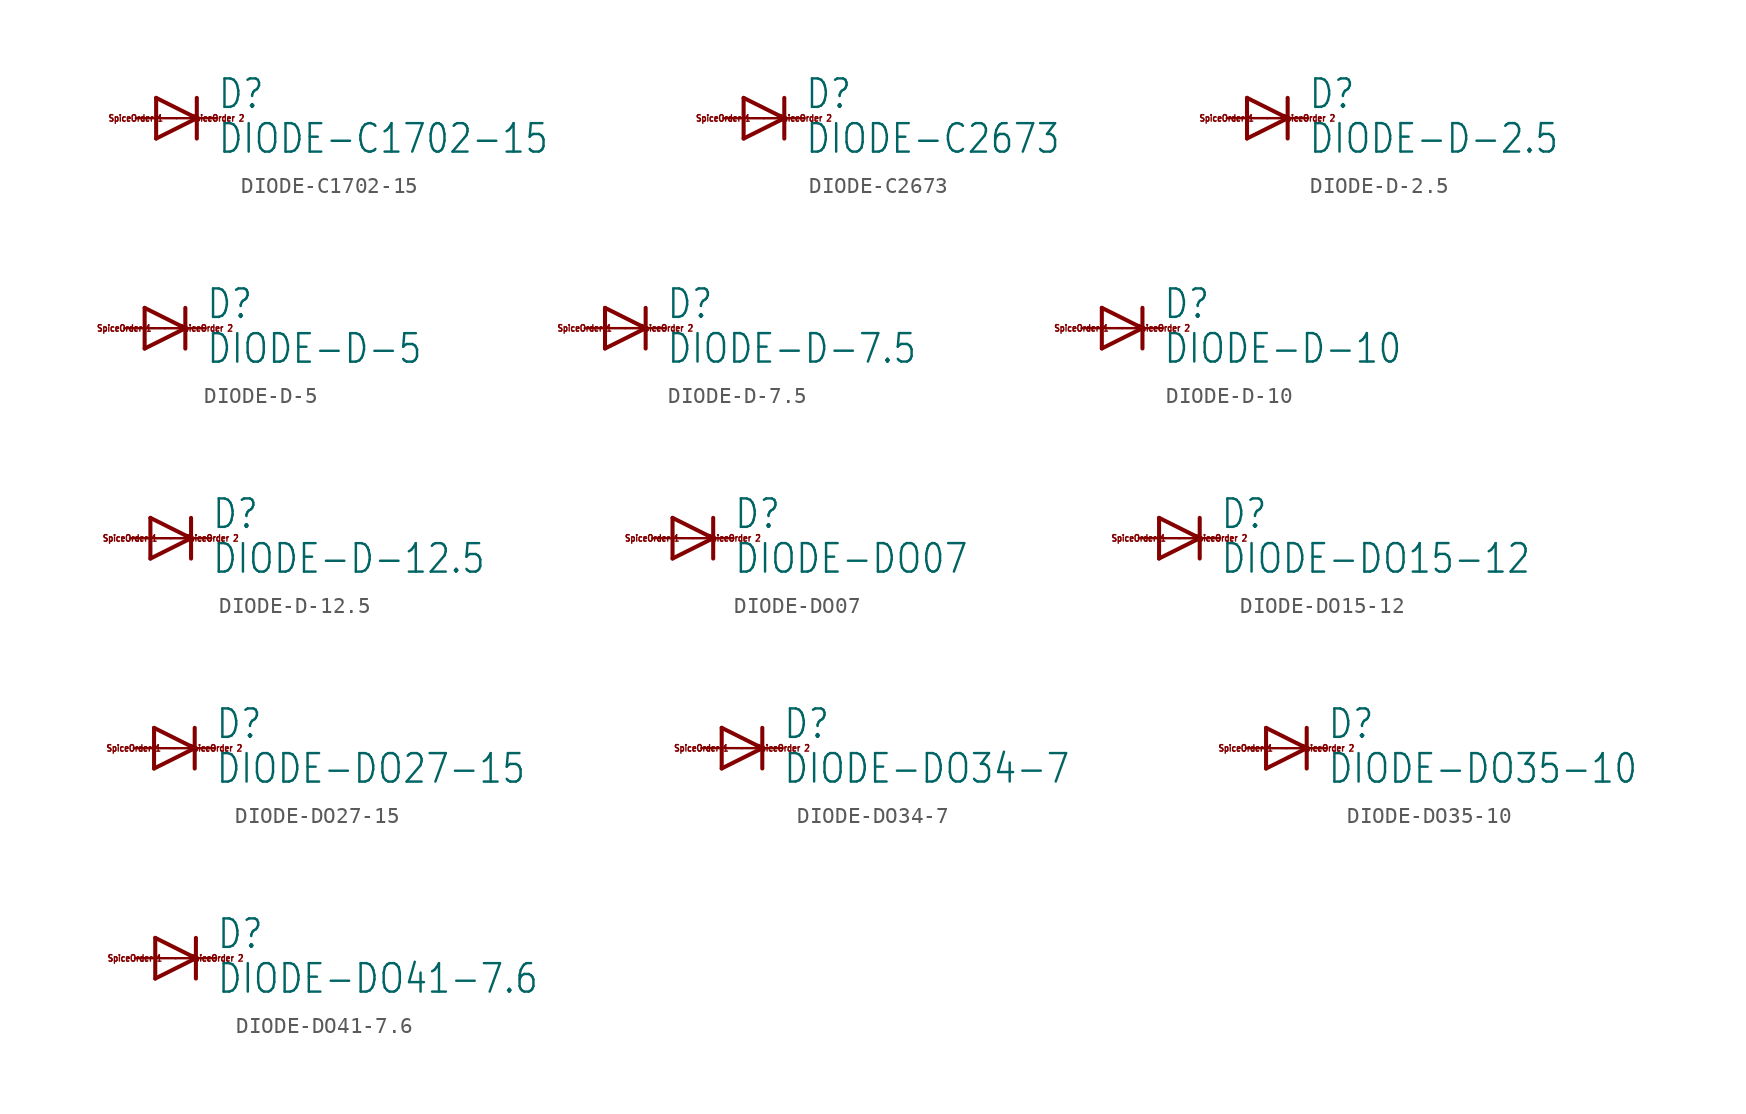
<source format=kicad_sym>
(kicad_symbol_lib
  (version 20211014)
  (generator kicad_symbol_editor)
  (symbol "DIODE-C1702-15"
    (property "Reference" "D"
      (at 2.54 0.483 0)
      (effects (font (size 1.778 1.511)) (justify left bottom)))
    (property "Value" "DIODE-C1702-15"
      (at 2.54 -2.311 0)
      (effects (font (size 1.778 1.511)) (justify left bottom)))
    (property "ki_locked" ""
      (at 0 0 0)
      (effects (font (size 1.27 1.27))))
    (symbol "DIODE-C1702-15_1_0"
      (polyline (pts (xy -1.27 -1.27) (xy 1.27 0)) (stroke (width 0.254) (type default) (color 0 0 0 0)) (fill (type none)))
      (polyline (pts (xy -1.27 1.27) (xy -1.27 -1.27)) (stroke (width 0.254) (type default) (color 0 0 0 0)) (fill (type none)))
      (polyline (pts (xy 1.27 0) (xy -1.27 1.27)) (stroke (width 0.254) (type default) (color 0 0 0 0)) (fill (type none)))
      (polyline (pts (xy 1.27 0) (xy 1.27 -1.27)) (stroke (width 0.254) (type default) (color 0 0 0 0)) (fill (type none)))
      (polyline (pts (xy 1.27 1.27) (xy 1.27 0)) (stroke (width 0.254) (type default) (color 0 0 0 0)) (fill (type none)))
      (text "SpiceOrder 1" (at -2.54 0 0) (effects (font (size 0.406 0.345))))
      (text "SpiceOrder 2" (at 2.54 0 0) (effects (font (size 0.406 0.345))))
      (pin passive line (at -2.54 0 0) (length 2.54) (name "A" (effects (font (size 0 0)))) (number "A" (effects (font (size 0 0)))))
      (pin passive line (at 2.54 0 180) (length 2.54) (name "C" (effects (font (size 0 0)))) (number "C" (effects (font (size 0 0)))))))
  (symbol "DIODE-C2673"
    (property "Reference" "D"
      (at 2.54 0.483 0)
      (effects (font (size 1.778 1.511)) (justify left bottom)))
    (property "Value" "DIODE-C2673"
      (at 2.54 -2.311 0)
      (effects (font (size 1.778 1.511)) (justify left bottom)))
    (property "ki_locked" ""
      (at 0 0 0)
      (effects (font (size 1.27 1.27))))
    (symbol "DIODE-C2673_1_0"
      (polyline (pts (xy -1.27 -1.27) (xy 1.27 0)) (stroke (width 0.254) (type default) (color 0 0 0 0)) (fill (type none)))
      (polyline (pts (xy -1.27 1.27) (xy -1.27 -1.27)) (stroke (width 0.254) (type default) (color 0 0 0 0)) (fill (type none)))
      (polyline (pts (xy 1.27 0) (xy -1.27 1.27)) (stroke (width 0.254) (type default) (color 0 0 0 0)) (fill (type none)))
      (polyline (pts (xy 1.27 0) (xy 1.27 -1.27)) (stroke (width 0.254) (type default) (color 0 0 0 0)) (fill (type none)))
      (polyline (pts (xy 1.27 1.27) (xy 1.27 0)) (stroke (width 0.254) (type default) (color 0 0 0 0)) (fill (type none)))
      (text "SpiceOrder 1" (at -2.54 0 0) (effects (font (size 0.406 0.345))))
      (text "SpiceOrder 2" (at 2.54 0 0) (effects (font (size 0.406 0.345))))
      (pin passive line (at -2.54 0 0) (length 2.54) (name "A" (effects (font (size 0 0)))) (number "A" (effects (font (size 0 0)))))
      (pin passive line (at 2.54 0 180) (length 2.54) (name "C" (effects (font (size 0 0)))) (number "C" (effects (font (size 0 0)))))))
  (symbol "DIODE-D-2.5"
    (property "Reference" "D"
      (at 2.54 0.483 0)
      (effects (font (size 1.778 1.511)) (justify left bottom)))
    (property "Value" "DIODE-D-2.5"
      (at 2.54 -2.311 0)
      (effects (font (size 1.778 1.511)) (justify left bottom)))
    (property "ki_locked" ""
      (at 0 0 0)
      (effects (font (size 1.27 1.27))))
    (symbol "DIODE-D-2.5_1_0"
      (polyline (pts (xy -1.27 -1.27) (xy 1.27 0)) (stroke (width 0.254) (type default) (color 0 0 0 0)) (fill (type none)))
      (polyline (pts (xy -1.27 1.27) (xy -1.27 -1.27)) (stroke (width 0.254) (type default) (color 0 0 0 0)) (fill (type none)))
      (polyline (pts (xy 1.27 0) (xy -1.27 1.27)) (stroke (width 0.254) (type default) (color 0 0 0 0)) (fill (type none)))
      (polyline (pts (xy 1.27 0) (xy 1.27 -1.27)) (stroke (width 0.254) (type default) (color 0 0 0 0)) (fill (type none)))
      (polyline (pts (xy 1.27 1.27) (xy 1.27 0)) (stroke (width 0.254) (type default) (color 0 0 0 0)) (fill (type none)))
      (text "SpiceOrder 1" (at -2.54 0 0) (effects (font (size 0.406 0.345))))
      (text "SpiceOrder 2" (at 2.54 0 0) (effects (font (size 0.406 0.345))))
      (pin passive line (at -2.54 0 0) (length 2.54) (name "A" (effects (font (size 0 0)))) (number "A" (effects (font (size 0 0)))))
      (pin passive line (at 2.54 0 180) (length 2.54) (name "C" (effects (font (size 0 0)))) (number "C" (effects (font (size 0 0)))))))
  (symbol "DIODE-D-5"
    (property "Reference" "D"
      (at 2.54 0.483 0)
      (effects (font (size 1.778 1.511)) (justify left bottom)))
    (property "Value" "DIODE-D-5"
      (at 2.54 -2.311 0)
      (effects (font (size 1.778 1.511)) (justify left bottom)))
    (property "ki_locked" ""
      (at 0 0 0)
      (effects (font (size 1.27 1.27))))
    (symbol "DIODE-D-5_1_0"
      (polyline (pts (xy -1.27 -1.27) (xy 1.27 0)) (stroke (width 0.254) (type default) (color 0 0 0 0)) (fill (type none)))
      (polyline (pts (xy -1.27 1.27) (xy -1.27 -1.27)) (stroke (width 0.254) (type default) (color 0 0 0 0)) (fill (type none)))
      (polyline (pts (xy 1.27 0) (xy -1.27 1.27)) (stroke (width 0.254) (type default) (color 0 0 0 0)) (fill (type none)))
      (polyline (pts (xy 1.27 0) (xy 1.27 -1.27)) (stroke (width 0.254) (type default) (color 0 0 0 0)) (fill (type none)))
      (polyline (pts (xy 1.27 1.27) (xy 1.27 0)) (stroke (width 0.254) (type default) (color 0 0 0 0)) (fill (type none)))
      (text "SpiceOrder 1" (at -2.54 0 0) (effects (font (size 0.406 0.345))))
      (text "SpiceOrder 2" (at 2.54 0 0) (effects (font (size 0.406 0.345))))
      (pin passive line (at -2.54 0 0) (length 2.54) (name "A" (effects (font (size 0 0)))) (number "A" (effects (font (size 0 0)))))
      (pin passive line (at 2.54 0 180) (length 2.54) (name "C" (effects (font (size 0 0)))) (number "C" (effects (font (size 0 0)))))))
  (symbol "DIODE-D-7.5"
    (property "Reference" "D"
      (at 2.54 0.483 0)
      (effects (font (size 1.778 1.511)) (justify left bottom)))
    (property "Value" "DIODE-D-7.5"
      (at 2.54 -2.311 0)
      (effects (font (size 1.778 1.511)) (justify left bottom)))
    (property "ki_locked" ""
      (at 0 0 0)
      (effects (font (size 1.27 1.27))))
    (symbol "DIODE-D-7.5_1_0"
      (polyline (pts (xy -1.27 -1.27) (xy 1.27 0)) (stroke (width 0.254) (type default) (color 0 0 0 0)) (fill (type none)))
      (polyline (pts (xy -1.27 1.27) (xy -1.27 -1.27)) (stroke (width 0.254) (type default) (color 0 0 0 0)) (fill (type none)))
      (polyline (pts (xy 1.27 0) (xy -1.27 1.27)) (stroke (width 0.254) (type default) (color 0 0 0 0)) (fill (type none)))
      (polyline (pts (xy 1.27 0) (xy 1.27 -1.27)) (stroke (width 0.254) (type default) (color 0 0 0 0)) (fill (type none)))
      (polyline (pts (xy 1.27 1.27) (xy 1.27 0)) (stroke (width 0.254) (type default) (color 0 0 0 0)) (fill (type none)))
      (text "SpiceOrder 1" (at -2.54 0 0) (effects (font (size 0.406 0.345))))
      (text "SpiceOrder 2" (at 2.54 0 0) (effects (font (size 0.406 0.345))))
      (pin passive line (at -2.54 0 0) (length 2.54) (name "A" (effects (font (size 0 0)))) (number "A" (effects (font (size 0 0)))))
      (pin passive line (at 2.54 0 180) (length 2.54) (name "C" (effects (font (size 0 0)))) (number "C" (effects (font (size 0 0)))))))
  (symbol "DIODE-D-10"
    (property "Reference" "D"
      (at 2.54 0.483 0)
      (effects (font (size 1.778 1.511)) (justify left bottom)))
    (property "Value" "DIODE-D-10"
      (at 2.54 -2.311 0)
      (effects (font (size 1.778 1.511)) (justify left bottom)))
    (property "ki_locked" ""
      (at 0 0 0)
      (effects (font (size 1.27 1.27))))
    (symbol "DIODE-D-10_1_0"
      (polyline (pts (xy -1.27 -1.27) (xy 1.27 0)) (stroke (width 0.254) (type default) (color 0 0 0 0)) (fill (type none)))
      (polyline (pts (xy -1.27 1.27) (xy -1.27 -1.27)) (stroke (width 0.254) (type default) (color 0 0 0 0)) (fill (type none)))
      (polyline (pts (xy 1.27 0) (xy -1.27 1.27)) (stroke (width 0.254) (type default) (color 0 0 0 0)) (fill (type none)))
      (polyline (pts (xy 1.27 0) (xy 1.27 -1.27)) (stroke (width 0.254) (type default) (color 0 0 0 0)) (fill (type none)))
      (polyline (pts (xy 1.27 1.27) (xy 1.27 0)) (stroke (width 0.254) (type default) (color 0 0 0 0)) (fill (type none)))
      (text "SpiceOrder 1" (at -2.54 0 0) (effects (font (size 0.406 0.345))))
      (text "SpiceOrder 2" (at 2.54 0 0) (effects (font (size 0.406 0.345))))
      (pin passive line (at -2.54 0 0) (length 2.54) (name "A" (effects (font (size 0 0)))) (number "A" (effects (font (size 0 0)))))
      (pin passive line (at 2.54 0 180) (length 2.54) (name "C" (effects (font (size 0 0)))) (number "C" (effects (font (size 0 0)))))))
  (symbol "DIODE-D-12.5"
    (property "Reference" "D"
      (at 2.54 0.483 0)
      (effects (font (size 1.778 1.511)) (justify left bottom)))
    (property "Value" "DIODE-D-12.5"
      (at 2.54 -2.311 0)
      (effects (font (size 1.778 1.511)) (justify left bottom)))
    (property "ki_locked" ""
      (at 0 0 0)
      (effects (font (size 1.27 1.27))))
    (symbol "DIODE-D-12.5_1_0"
      (polyline (pts (xy -1.27 -1.27) (xy 1.27 0)) (stroke (width 0.254) (type default) (color 0 0 0 0)) (fill (type none)))
      (polyline (pts (xy -1.27 1.27) (xy -1.27 -1.27)) (stroke (width 0.254) (type default) (color 0 0 0 0)) (fill (type none)))
      (polyline (pts (xy 1.27 0) (xy -1.27 1.27)) (stroke (width 0.254) (type default) (color 0 0 0 0)) (fill (type none)))
      (polyline (pts (xy 1.27 0) (xy 1.27 -1.27)) (stroke (width 0.254) (type default) (color 0 0 0 0)) (fill (type none)))
      (polyline (pts (xy 1.27 1.27) (xy 1.27 0)) (stroke (width 0.254) (type default) (color 0 0 0 0)) (fill (type none)))
      (text "SpiceOrder 1" (at -2.54 0 0) (effects (font (size 0.406 0.345))))
      (text "SpiceOrder 2" (at 2.54 0 0) (effects (font (size 0.406 0.345))))
      (pin passive line (at -2.54 0 0) (length 2.54) (name "A" (effects (font (size 0 0)))) (number "A" (effects (font (size 0 0)))))
      (pin passive line (at 2.54 0 180) (length 2.54) (name "C" (effects (font (size 0 0)))) (number "C" (effects (font (size 0 0)))))))
  (symbol "DIODE-DO07"
    (property "Reference" "D"
      (at 2.54 0.483 0)
      (effects (font (size 1.778 1.511)) (justify left bottom)))
    (property "Value" "DIODE-DO07"
      (at 2.54 -2.311 0)
      (effects (font (size 1.778 1.511)) (justify left bottom)))
    (property "ki_locked" ""
      (at 0 0 0)
      (effects (font (size 1.27 1.27))))
    (symbol "DIODE-DO07_1_0"
      (polyline (pts (xy -1.27 -1.27) (xy 1.27 0)) (stroke (width 0.254) (type default) (color 0 0 0 0)) (fill (type none)))
      (polyline (pts (xy -1.27 1.27) (xy -1.27 -1.27)) (stroke (width 0.254) (type default) (color 0 0 0 0)) (fill (type none)))
      (polyline (pts (xy 1.27 0) (xy -1.27 1.27)) (stroke (width 0.254) (type default) (color 0 0 0 0)) (fill (type none)))
      (polyline (pts (xy 1.27 0) (xy 1.27 -1.27)) (stroke (width 0.254) (type default) (color 0 0 0 0)) (fill (type none)))
      (polyline (pts (xy 1.27 1.27) (xy 1.27 0)) (stroke (width 0.254) (type default) (color 0 0 0 0)) (fill (type none)))
      (text "SpiceOrder 1" (at -2.54 0 0) (effects (font (size 0.406 0.345))))
      (text "SpiceOrder 2" (at 2.54 0 0) (effects (font (size 0.406 0.345))))
      (pin passive line (at -2.54 0 0) (length 2.54) (name "A" (effects (font (size 0 0)))) (number "A" (effects (font (size 0 0)))))
      (pin passive line (at 2.54 0 180) (length 2.54) (name "C" (effects (font (size 0 0)))) (number "C" (effects (font (size 0 0)))))))
  (symbol "DIODE-DO15-12"
    (property "Reference" "D"
      (at 2.54 0.483 0)
      (effects (font (size 1.778 1.511)) (justify left bottom)))
    (property "Value" "DIODE-DO15-12"
      (at 2.54 -2.311 0)
      (effects (font (size 1.778 1.511)) (justify left bottom)))
    (property "ki_locked" ""
      (at 0 0 0)
      (effects (font (size 1.27 1.27))))
    (symbol "DIODE-DO15-12_1_0"
      (polyline (pts (xy -1.27 -1.27) (xy 1.27 0)) (stroke (width 0.254) (type default) (color 0 0 0 0)) (fill (type none)))
      (polyline (pts (xy -1.27 1.27) (xy -1.27 -1.27)) (stroke (width 0.254) (type default) (color 0 0 0 0)) (fill (type none)))
      (polyline (pts (xy 1.27 0) (xy -1.27 1.27)) (stroke (width 0.254) (type default) (color 0 0 0 0)) (fill (type none)))
      (polyline (pts (xy 1.27 0) (xy 1.27 -1.27)) (stroke (width 0.254) (type default) (color 0 0 0 0)) (fill (type none)))
      (polyline (pts (xy 1.27 1.27) (xy 1.27 0)) (stroke (width 0.254) (type default) (color 0 0 0 0)) (fill (type none)))
      (text "SpiceOrder 1" (at -2.54 0 0) (effects (font (size 0.406 0.345))))
      (text "SpiceOrder 2" (at 2.54 0 0) (effects (font (size 0.406 0.345))))
      (pin passive line (at -2.54 0 0) (length 2.54) (name "A" (effects (font (size 0 0)))) (number "A" (effects (font (size 0 0)))))
      (pin passive line (at 2.54 0 180) (length 2.54) (name "C" (effects (font (size 0 0)))) (number "C" (effects (font (size 0 0)))))))
  (symbol "DIODE-DO27-15"
    (property "Reference" "D"
      (at 2.54 0.483 0)
      (effects (font (size 1.778 1.511)) (justify left bottom)))
    (property "Value" "DIODE-DO27-15"
      (at 2.54 -2.311 0)
      (effects (font (size 1.778 1.511)) (justify left bottom)))
    (property "ki_locked" ""
      (at 0 0 0)
      (effects (font (size 1.27 1.27))))
    (symbol "DIODE-DO27-15_1_0"
      (polyline (pts (xy -1.27 -1.27) (xy 1.27 0)) (stroke (width 0.254) (type default) (color 0 0 0 0)) (fill (type none)))
      (polyline (pts (xy -1.27 1.27) (xy -1.27 -1.27)) (stroke (width 0.254) (type default) (color 0 0 0 0)) (fill (type none)))
      (polyline (pts (xy 1.27 0) (xy -1.27 1.27)) (stroke (width 0.254) (type default) (color 0 0 0 0)) (fill (type none)))
      (polyline (pts (xy 1.27 0) (xy 1.27 -1.27)) (stroke (width 0.254) (type default) (color 0 0 0 0)) (fill (type none)))
      (polyline (pts (xy 1.27 1.27) (xy 1.27 0)) (stroke (width 0.254) (type default) (color 0 0 0 0)) (fill (type none)))
      (text "SpiceOrder 1" (at -2.54 0 0) (effects (font (size 0.406 0.345))))
      (text "SpiceOrder 2" (at 2.54 0 0) (effects (font (size 0.406 0.345))))
      (pin passive line (at -2.54 0 0) (length 2.54) (name "A" (effects (font (size 0 0)))) (number "A" (effects (font (size 0 0)))))
      (pin passive line (at 2.54 0 180) (length 2.54) (name "C" (effects (font (size 0 0)))) (number "C" (effects (font (size 0 0)))))))
  (symbol "DIODE-DO34-7"
    (property "Reference" "D"
      (at 2.54 0.483 0)
      (effects (font (size 1.778 1.511)) (justify left bottom)))
    (property "Value" "DIODE-DO34-7"
      (at 2.54 -2.311 0)
      (effects (font (size 1.778 1.511)) (justify left bottom)))
    (property "ki_locked" ""
      (at 0 0 0)
      (effects (font (size 1.27 1.27))))
    (symbol "DIODE-DO34-7_1_0"
      (polyline (pts (xy -1.27 -1.27) (xy 1.27 0)) (stroke (width 0.254) (type default) (color 0 0 0 0)) (fill (type none)))
      (polyline (pts (xy -1.27 1.27) (xy -1.27 -1.27)) (stroke (width 0.254) (type default) (color 0 0 0 0)) (fill (type none)))
      (polyline (pts (xy 1.27 0) (xy -1.27 1.27)) (stroke (width 0.254) (type default) (color 0 0 0 0)) (fill (type none)))
      (polyline (pts (xy 1.27 0) (xy 1.27 -1.27)) (stroke (width 0.254) (type default) (color 0 0 0 0)) (fill (type none)))
      (polyline (pts (xy 1.27 1.27) (xy 1.27 0)) (stroke (width 0.254) (type default) (color 0 0 0 0)) (fill (type none)))
      (text "SpiceOrder 1" (at -2.54 0 0) (effects (font (size 0.406 0.345))))
      (text "SpiceOrder 2" (at 2.54 0 0) (effects (font (size 0.406 0.345))))
      (pin passive line (at -2.54 0 0) (length 2.54) (name "A" (effects (font (size 0 0)))) (number "A" (effects (font (size 0 0)))))
      (pin passive line (at 2.54 0 180) (length 2.54) (name "C" (effects (font (size 0 0)))) (number "C" (effects (font (size 0 0)))))))
  (symbol "DIODE-DO35-10"
    (property "Reference" "D"
      (at 2.54 0.483 0)
      (effects (font (size 1.778 1.511)) (justify left bottom)))
    (property "Value" "DIODE-DO35-10"
      (at 2.54 -2.311 0)
      (effects (font (size 1.778 1.511)) (justify left bottom)))
    (property "ki_locked" ""
      (at 0 0 0)
      (effects (font (size 1.27 1.27))))
    (symbol "DIODE-DO35-10_1_0"
      (polyline (pts (xy -1.27 -1.27) (xy 1.27 0)) (stroke (width 0.254) (type default) (color 0 0 0 0)) (fill (type none)))
      (polyline (pts (xy -1.27 1.27) (xy -1.27 -1.27)) (stroke (width 0.254) (type default) (color 0 0 0 0)) (fill (type none)))
      (polyline (pts (xy 1.27 0) (xy -1.27 1.27)) (stroke (width 0.254) (type default) (color 0 0 0 0)) (fill (type none)))
      (polyline (pts (xy 1.27 0) (xy 1.27 -1.27)) (stroke (width 0.254) (type default) (color 0 0 0 0)) (fill (type none)))
      (polyline (pts (xy 1.27 1.27) (xy 1.27 0)) (stroke (width 0.254) (type default) (color 0 0 0 0)) (fill (type none)))
      (text "SpiceOrder 1" (at -2.54 0 0) (effects (font (size 0.406 0.345))))
      (text "SpiceOrder 2" (at 2.54 0 0) (effects (font (size 0.406 0.345))))
      (pin passive line (at -2.54 0 0) (length 2.54) (name "A" (effects (font (size 0 0)))) (number "A" (effects (font (size 0 0)))))
      (pin passive line (at 2.54 0 180) (length 2.54) (name "C" (effects (font (size 0 0)))) (number "C" (effects (font (size 0 0)))))))
  (symbol "DIODE-DO41-7.6"
    (property "Reference" "D"
      (at 2.54 0.483 0)
      (effects (font (size 1.778 1.511)) (justify left bottom)))
    (property "Value" "DIODE-DO41-7.6"
      (at 2.54 -2.311 0)
      (effects (font (size 1.778 1.511)) (justify left bottom)))
    (property "ki_locked" ""
      (at 0 0 0)
      (effects (font (size 1.27 1.27))))
    (symbol "DIODE-DO41-7.6_1_0"
      (polyline (pts (xy -1.27 -1.27) (xy 1.27 0)) (stroke (width 0.254) (type default) (color 0 0 0 0)) (fill (type none)))
      (polyline (pts (xy -1.27 1.27) (xy -1.27 -1.27)) (stroke (width 0.254) (type default) (color 0 0 0 0)) (fill (type none)))
      (polyline (pts (xy 1.27 0) (xy -1.27 1.27)) (stroke (width 0.254) (type default) (color 0 0 0 0)) (fill (type none)))
      (polyline (pts (xy 1.27 0) (xy 1.27 -1.27)) (stroke (width 0.254) (type default) (color 0 0 0 0)) (fill (type none)))
      (polyline (pts (xy 1.27 1.27) (xy 1.27 0)) (stroke (width 0.254) (type default) (color 0 0 0 0)) (fill (type none)))
      (text "SpiceOrder 1" (at -2.54 0 0) (effects (font (size 0.406 0.345))))
      (text "SpiceOrder 2" (at 2.54 0 0) (effects (font (size 0.406 0.345))))
      (pin passive line (at -2.54 0 0) (length 2.54) (name "A" (effects (font (size 0 0)))) (number "A" (effects (font (size 0 0)))))
      (pin passive line (at 2.54 0 180) (length 2.54) (name "C" (effects (font (size 0 0)))) (number "C" (effects (font (size 0 0))))))))
</source>
